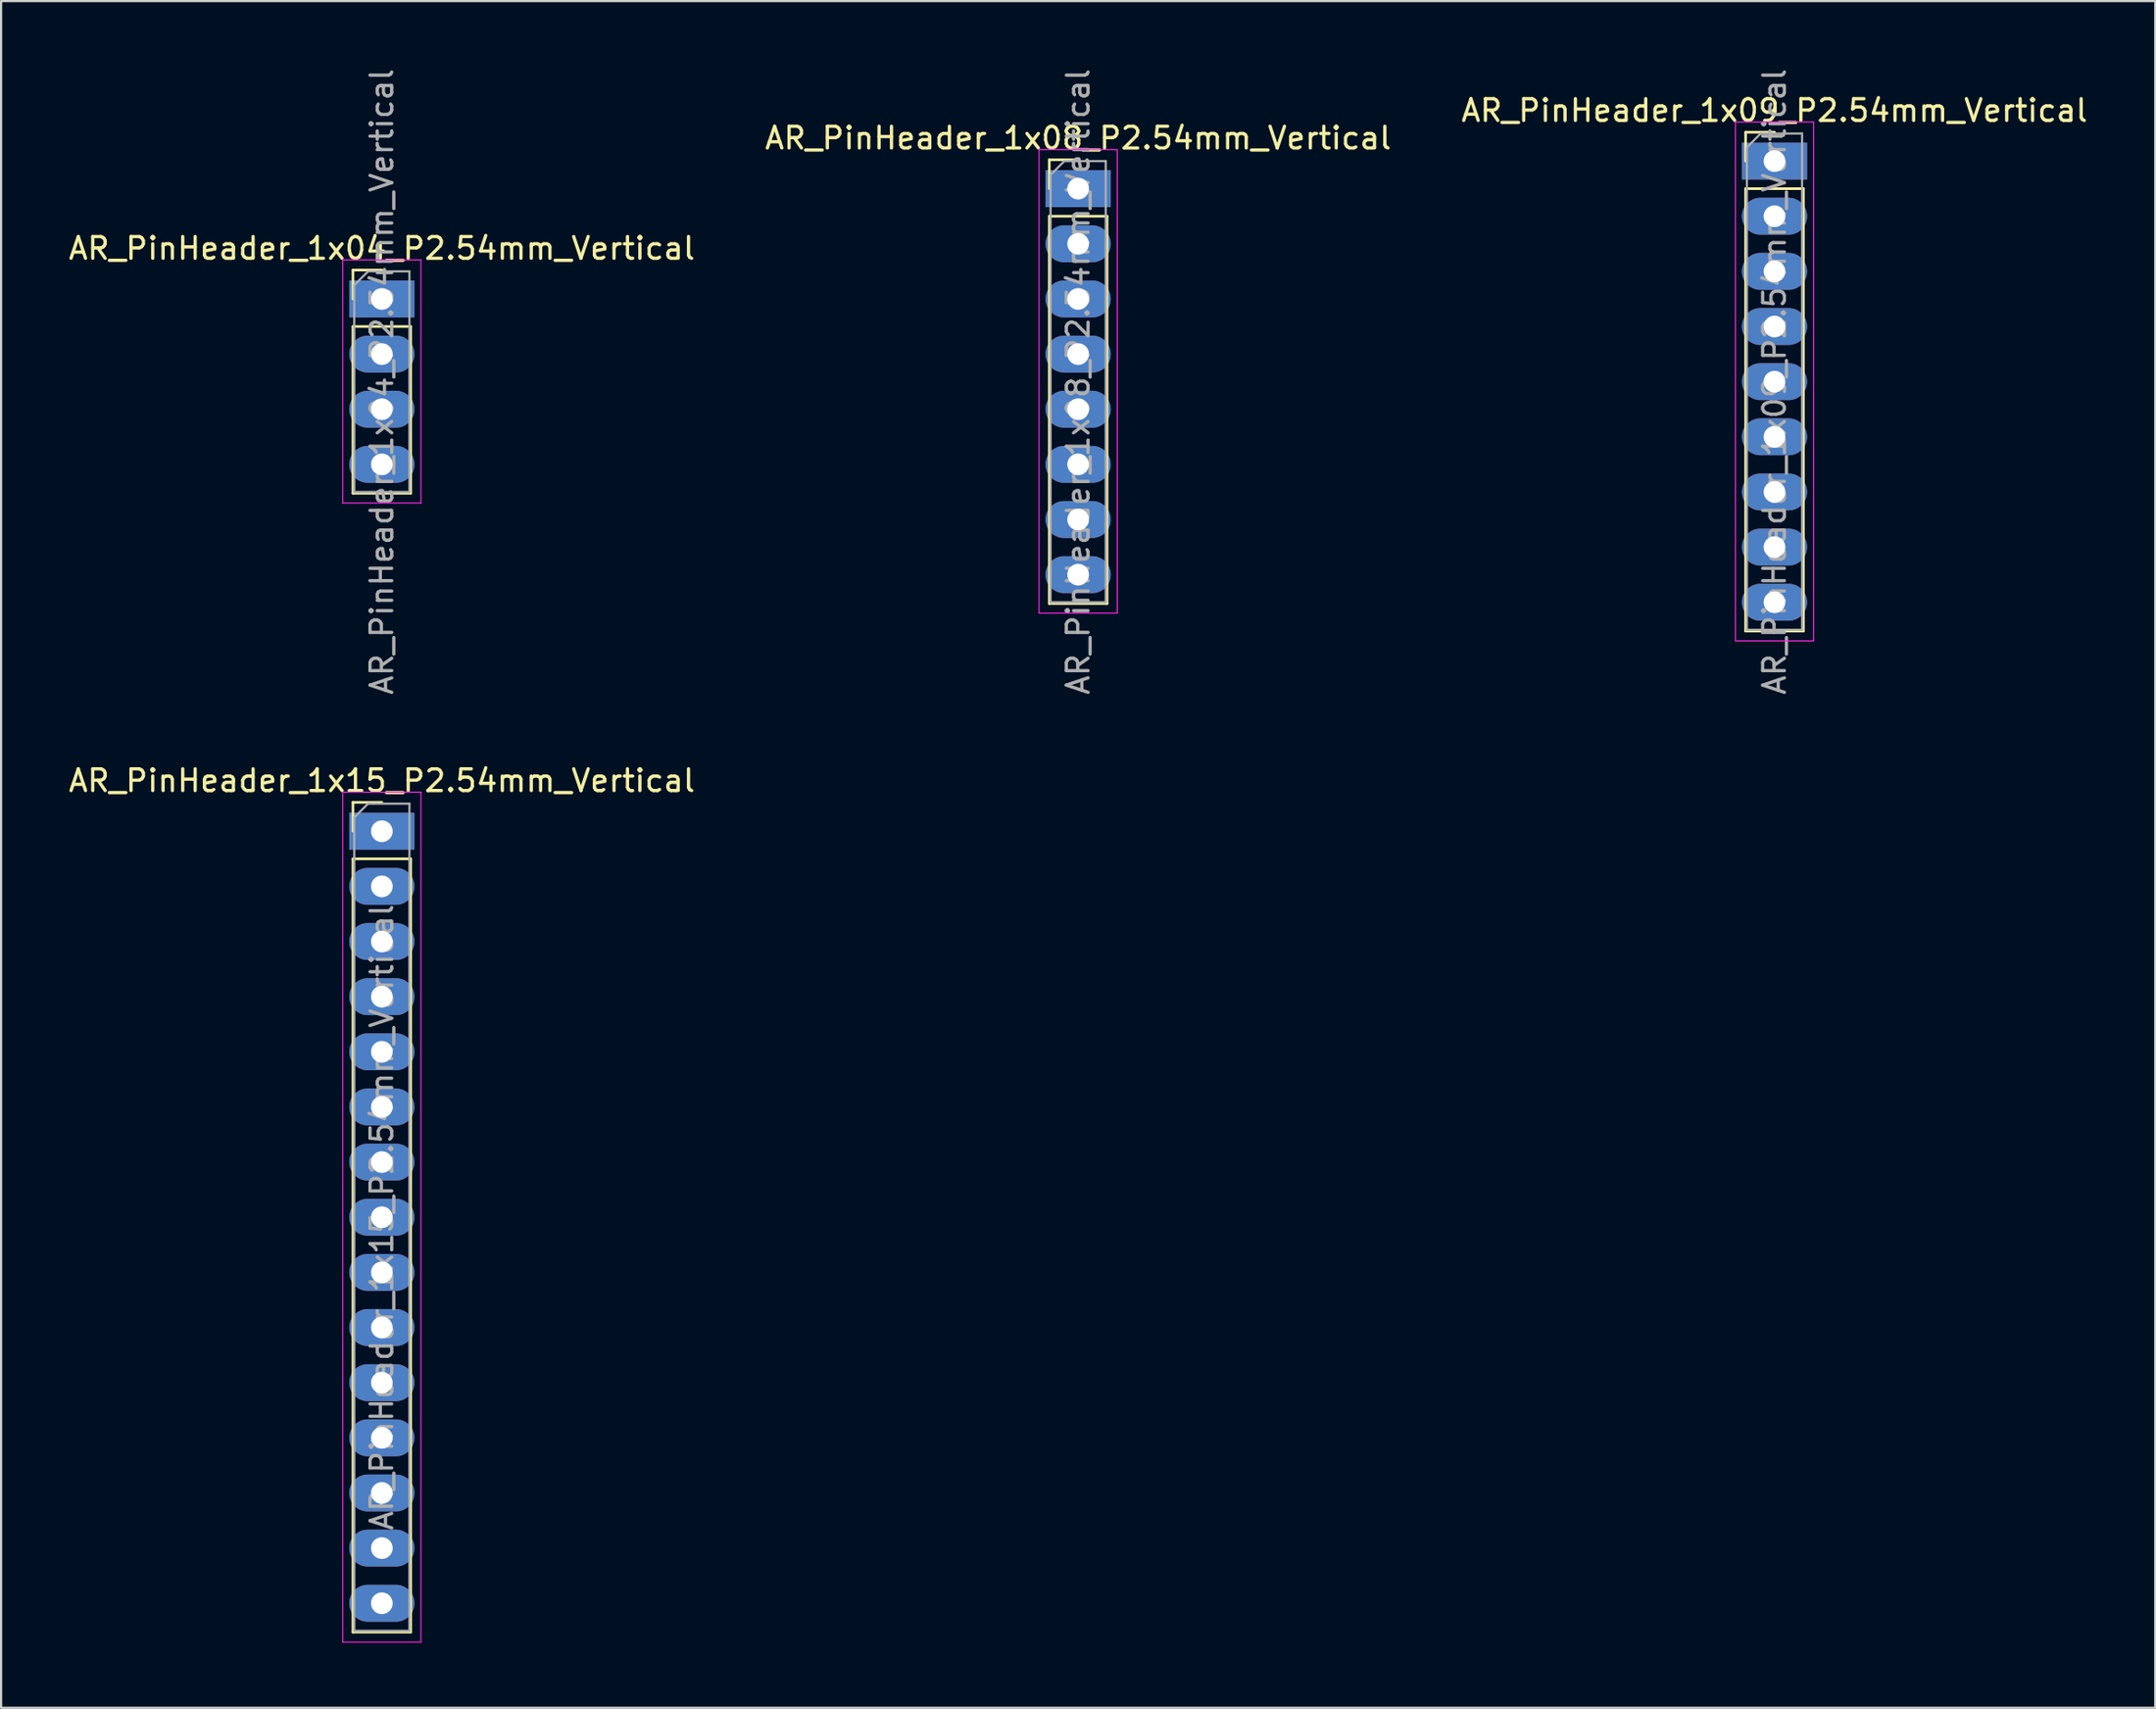
<source format=kicad_pcb>
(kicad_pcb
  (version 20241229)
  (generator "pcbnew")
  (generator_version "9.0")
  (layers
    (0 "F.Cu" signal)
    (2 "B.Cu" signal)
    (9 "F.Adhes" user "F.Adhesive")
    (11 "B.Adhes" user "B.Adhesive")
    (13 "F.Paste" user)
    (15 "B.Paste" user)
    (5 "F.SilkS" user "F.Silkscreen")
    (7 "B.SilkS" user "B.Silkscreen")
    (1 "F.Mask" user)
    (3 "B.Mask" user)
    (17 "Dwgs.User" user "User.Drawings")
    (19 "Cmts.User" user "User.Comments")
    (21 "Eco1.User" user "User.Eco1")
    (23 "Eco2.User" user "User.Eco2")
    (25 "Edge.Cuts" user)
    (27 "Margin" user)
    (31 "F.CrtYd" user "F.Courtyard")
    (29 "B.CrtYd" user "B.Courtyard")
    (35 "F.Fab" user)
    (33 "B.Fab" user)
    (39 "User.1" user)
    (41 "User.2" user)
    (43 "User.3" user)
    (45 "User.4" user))
  (footprint "AR_PinHeader_1x15_P2.54mm_Vertical"
    (layer "F.Cu")
    (at 14.53 35.238)
    (property "Reference" "AR_PinHeader_1x15_P2.54mm_Vertical" (at 0 -2.33 0) (layer "F.SilkS") (effects (font (size 1 1) (thickness 0.15))))
    (attr through_hole)
    (fp_line (start -1.33 -1.33) (end 0 -1.33) (stroke (width 0.12) (type solid)) (layer "F.SilkS"))
    (fp_line (start -1.33 0) (end -1.33 -1.33) (stroke (width 0.12) (type solid)) (layer "F.SilkS"))
    (fp_line (start -1.33 1.27) (end -1.33 36.89) (stroke (width 0.12) (type solid)) (layer "F.SilkS"))
    (fp_line (start -1.33 1.27) (end 1.33 1.27) (stroke (width 0.12) (type solid)) (layer "F.SilkS"))
    (fp_line (start -1.33 36.89) (end 1.33 36.89) (stroke (width 0.12) (type solid)) (layer "F.SilkS"))
    (fp_line (start 1.33 1.27) (end 1.33 36.89) (stroke (width 0.12) (type solid)) (layer "F.SilkS"))
    (fp_line (start -1.8 -1.8) (end -1.8 37.35) (stroke (width 0.05) (type solid)) (layer "F.CrtYd"))
    (fp_line (start -1.8 37.35) (end 1.8 37.35) (stroke (width 0.05) (type solid)) (layer "F.CrtYd"))
    (fp_line (start 1.8 -1.8) (end -1.8 -1.8) (stroke (width 0.05) (type solid)) (layer "F.CrtYd"))
    (fp_line (start 1.8 37.35) (end 1.8 -1.8) (stroke (width 0.05) (type solid)) (layer "F.CrtYd"))
    (fp_line (start -1.27 -0.635) (end -0.635 -1.27) (stroke (width 0.1) (type solid)) (layer "F.Fab"))
    (fp_line (start -1.27 36.83) (end -1.27 -0.635) (stroke (width 0.1) (type solid)) (layer "F.Fab"))
    (fp_line (start -0.635 -1.27) (end 1.27 -1.27) (stroke (width 0.1) (type solid)) (layer "F.Fab"))
    (fp_line (start 1.27 -1.27) (end 1.27 36.83) (stroke (width 0.1) (type solid)) (layer "F.Fab"))
    (fp_line (start 1.27 36.83) (end -1.27 36.83) (stroke (width 0.1) (type solid)) (layer "F.Fab"))
    (fp_text user "${REFERENCE}" (at 0 17.78 90) (layer "F.Fab") (effects (font (size 1 1) (thickness 0.15))))
    (pad "1" thru_hole rect (at 0 0) (size 3 1.7) (drill 1) (layers "*.Cu" "*.Mask"))
    (pad "2" thru_hole oval (at 0 2.54) (size 3 1.7) (drill 1) (layers "*.Cu" "*.Mask"))
    (pad "3" thru_hole oval (at 0 5.08) (size 3 1.7) (drill 1) (layers "*.Cu" "*.Mask"))
    (pad "4" thru_hole oval (at 0 7.62) (size 3 1.7) (drill 1) (layers "*.Cu" "*.Mask"))
    (pad "5" thru_hole oval (at 0 10.16) (size 3 1.7) (drill 1) (layers "*.Cu" "*.Mask"))
    (pad "6" thru_hole oval (at 0 12.7) (size 3 1.7) (drill 1) (layers "*.Cu" "*.Mask"))
    (pad "7" thru_hole oval (at 0 15.24) (size 3 1.7) (drill 1) (layers "*.Cu" "*.Mask"))
    (pad "8" thru_hole oval (at 0 17.78) (size 3 1.7) (drill 1) (layers "*.Cu" "*.Mask"))
    (pad "9" thru_hole oval (at 0 20.32) (size 3 1.7) (drill 1) (layers "*.Cu" "*.Mask"))
    (pad "10" thru_hole oval (at 0 22.86) (size 3 1.7) (drill 1) (layers "*.Cu" "*.Mask"))
    (pad "11" thru_hole oval (at 0 25.4) (size 3 1.7) (drill 1) (layers "*.Cu" "*.Mask"))
    (pad "12" thru_hole oval (at 0 27.94) (size 3 1.7) (drill 1) (layers "*.Cu" "*.Mask"))
    (pad "13" thru_hole oval (at 0 30.48) (size 3 1.7) (drill 1) (layers "*.Cu" "*.Mask"))
    (pad "14" thru_hole oval (at 0 33.02) (size 3 1.7) (drill 1) (layers "*.Cu" "*.Mask"))
    (pad "15" thru_hole oval (at 0 35.56) (size 3 1.7) (drill 1) (layers "*.Cu" "*.Mask")))
  (footprint "AR_PinHeader_1x09_P2.54mm_Vertical"
    (layer "F.Cu")
    (at 78.649 4.37)
    (property "Reference" "AR_PinHeader_1x09_P2.54mm_Vertical" (at 0 -2.33 0) (layer "F.SilkS") (effects (font (size 1 1) (thickness 0.15))))
    (attr through_hole)
    (fp_line (start -1.33 -1.33) (end 0 -1.33) (stroke (width 0.12) (type solid)) (layer "F.SilkS"))
    (fp_line (start -1.33 0) (end -1.33 -1.33) (stroke (width 0.12) (type solid)) (layer "F.SilkS"))
    (fp_line (start -1.33 1.27) (end -1.33 21.65) (stroke (width 0.12) (type solid)) (layer "F.SilkS"))
    (fp_line (start -1.33 1.27) (end 1.33 1.27) (stroke (width 0.12) (type solid)) (layer "F.SilkS"))
    (fp_line (start -1.33 21.65) (end 1.33 21.65) (stroke (width 0.12) (type solid)) (layer "F.SilkS"))
    (fp_line (start 1.33 1.27) (end 1.33 21.65) (stroke (width 0.12) (type solid)) (layer "F.SilkS"))
    (fp_line (start -1.8 -1.8) (end -1.8 22.1) (stroke (width 0.05) (type solid)) (layer "F.CrtYd"))
    (fp_line (start -1.8 22.1) (end 1.8 22.1) (stroke (width 0.05) (type solid)) (layer "F.CrtYd"))
    (fp_line (start 1.8 -1.8) (end -1.8 -1.8) (stroke (width 0.05) (type solid)) (layer "F.CrtYd"))
    (fp_line (start 1.8 22.1) (end 1.8 -1.8) (stroke (width 0.05) (type solid)) (layer "F.CrtYd"))
    (fp_line (start -1.27 -0.635) (end -0.635 -1.27) (stroke (width 0.1) (type solid)) (layer "F.Fab"))
    (fp_line (start -1.27 21.59) (end -1.27 -0.635) (stroke (width 0.1) (type solid)) (layer "F.Fab"))
    (fp_line (start -0.635 -1.27) (end 1.27 -1.27) (stroke (width 0.1) (type solid)) (layer "F.Fab"))
    (fp_line (start 1.27 -1.27) (end 1.27 21.59) (stroke (width 0.1) (type solid)) (layer "F.Fab"))
    (fp_line (start 1.27 21.59) (end -1.27 21.59) (stroke (width 0.1) (type solid)) (layer "F.Fab"))
    (fp_text user "${REFERENCE}" (at 0 10.16 90) (layer "F.Fab") (effects (font (size 1 1) (thickness 0.15))))
    (pad "1" thru_hole rect (at 0 0) (size 3 1.7) (drill 1) (layers "*.Cu" "*.Mask"))
    (pad "2" thru_hole oval (at 0 2.54) (size 3 1.7) (drill 1) (layers "*.Cu" "*.Mask"))
    (pad "3" thru_hole oval (at 0 5.08) (size 3 1.7) (drill 1) (layers "*.Cu" "*.Mask"))
    (pad "4" thru_hole oval (at 0 7.62) (size 3 1.7) (drill 1) (layers "*.Cu" "*.Mask"))
    (pad "5" thru_hole oval (at 0 10.16) (size 3 1.7) (drill 1) (layers "*.Cu" "*.Mask"))
    (pad "6" thru_hole oval (at 0 12.7) (size 3 1.7) (drill 1) (layers "*.Cu" "*.Mask"))
    (pad "7" thru_hole oval (at 0 15.24) (size 3 1.7) (drill 1) (layers "*.Cu" "*.Mask"))
    (pad "8" thru_hole oval (at 0 17.78) (size 3 1.7) (drill 1) (layers "*.Cu" "*.Mask"))
    (pad "9" thru_hole oval (at 0 20.32) (size 3 1.7) (drill 1) (layers "*.Cu" "*.Mask")))
  (footprint "AR_PinHeader_1x08_P2.54mm_Vertical"
    (layer "F.Cu")
    (at 46.589 5.64)
    (property "Reference" "AR_PinHeader_1x08_P2.54mm_Vertical" (at 0 -2.33 0) (layer "F.SilkS") (effects (font (size 1 1) (thickness 0.15))))
    (attr through_hole)
    (fp_line (start -1.33 -1.33) (end 0 -1.33) (stroke (width 0.12) (type solid)) (layer "F.SilkS"))
    (fp_line (start -1.33 0) (end -1.33 -1.33) (stroke (width 0.12) (type solid)) (layer "F.SilkS"))
    (fp_line (start -1.33 1.27) (end -1.33 19.11) (stroke (width 0.12) (type solid)) (layer "F.SilkS"))
    (fp_line (start -1.33 1.27) (end 1.33 1.27) (stroke (width 0.12) (type solid)) (layer "F.SilkS"))
    (fp_line (start -1.33 19.11) (end 1.33 19.11) (stroke (width 0.12) (type solid)) (layer "F.SilkS"))
    (fp_line (start 1.33 1.27) (end 1.33 19.11) (stroke (width 0.12) (type solid)) (layer "F.SilkS"))
    (fp_line (start -1.8 -1.8) (end -1.8 19.55) (stroke (width 0.05) (type solid)) (layer "F.CrtYd"))
    (fp_line (start -1.8 19.55) (end 1.8 19.55) (stroke (width 0.05) (type solid)) (layer "F.CrtYd"))
    (fp_line (start 1.8 -1.8) (end -1.8 -1.8) (stroke (width 0.05) (type solid)) (layer "F.CrtYd"))
    (fp_line (start 1.8 19.55) (end 1.8 -1.8) (stroke (width 0.05) (type solid)) (layer "F.CrtYd"))
    (fp_line (start -1.27 -0.635) (end -0.635 -1.27) (stroke (width 0.1) (type solid)) (layer "F.Fab"))
    (fp_line (start -1.27 19.05) (end -1.27 -0.635) (stroke (width 0.1) (type solid)) (layer "F.Fab"))
    (fp_line (start -0.635 -1.27) (end 1.27 -1.27) (stroke (width 0.1) (type solid)) (layer "F.Fab"))
    (fp_line (start 1.27 -1.27) (end 1.27 19.05) (stroke (width 0.1) (type solid)) (layer "F.Fab"))
    (fp_line (start 1.27 19.05) (end -1.27 19.05) (stroke (width 0.1) (type solid)) (layer "F.Fab"))
    (fp_text user "${REFERENCE}" (at 0 8.89 90) (layer "F.Fab") (effects (font (size 1 1) (thickness 0.15))))
    (pad "1" thru_hole rect (at 0 0) (size 3 1.7) (drill 1) (layers "*.Cu" "*.Mask"))
    (pad "2" thru_hole oval (at 0 2.54) (size 3 1.7) (drill 1) (layers "*.Cu" "*.Mask"))
    (pad "3" thru_hole oval (at 0 5.08) (size 3 1.7) (drill 1) (layers "*.Cu" "*.Mask"))
    (pad "4" thru_hole oval (at 0 7.62) (size 3 1.7) (drill 1) (layers "*.Cu" "*.Mask"))
    (pad "5" thru_hole oval (at 0 10.16) (size 3 1.7) (drill 1) (layers "*.Cu" "*.Mask"))
    (pad "6" thru_hole oval (at 0 12.7) (size 3 1.7) (drill 1) (layers "*.Cu" "*.Mask"))
    (pad "7" thru_hole oval (at 0 15.24) (size 3 1.7) (drill 1) (layers "*.Cu" "*.Mask"))
    (pad "8" thru_hole oval (at 0 17.78) (size 3 1.7) (drill 1) (layers "*.Cu" "*.Mask")))
  (footprint "AR_PinHeader_1x04_P2.54mm_Vertical"
    (layer "F.Cu")
    (at 14.53 10.72)
    (property "Reference" "AR_PinHeader_1x04_P2.54mm_Vertical" (at 0 -2.33 0) (layer "F.SilkS") (effects (font (size 1 1) (thickness 0.15))))
    (attr through_hole)
    (fp_line (start -1.33 -1.33) (end 0 -1.33) (stroke (width 0.12) (type solid)) (layer "F.SilkS"))
    (fp_line (start -1.33 0) (end -1.33 -1.33) (stroke (width 0.12) (type solid)) (layer "F.SilkS"))
    (fp_line (start -1.33 1.27) (end -1.33 8.95) (stroke (width 0.12) (type solid)) (layer "F.SilkS"))
    (fp_line (start -1.33 1.27) (end 1.33 1.27) (stroke (width 0.12) (type solid)) (layer "F.SilkS"))
    (fp_line (start -1.33 8.95) (end 1.33 8.95) (stroke (width 0.12) (type solid)) (layer "F.SilkS"))
    (fp_line (start 1.33 1.27) (end 1.33 8.95) (stroke (width 0.12) (type solid)) (layer "F.SilkS"))
    (fp_line (start -1.8 -1.8) (end -1.8 9.4) (stroke (width 0.05) (type solid)) (layer "F.CrtYd"))
    (fp_line (start -1.8 9.4) (end 1.8 9.4) (stroke (width 0.05) (type solid)) (layer "F.CrtYd"))
    (fp_line (start 1.8 -1.8) (end -1.8 -1.8) (stroke (width 0.05) (type solid)) (layer "F.CrtYd"))
    (fp_line (start 1.8 9.4) (end 1.8 -1.8) (stroke (width 0.05) (type solid)) (layer "F.CrtYd"))
    (fp_line (start -1.27 -0.635) (end -0.635 -1.27) (stroke (width 0.1) (type solid)) (layer "F.Fab"))
    (fp_line (start -1.27 8.89) (end -1.27 -0.635) (stroke (width 0.1) (type solid)) (layer "F.Fab"))
    (fp_line (start -0.635 -1.27) (end 1.27 -1.27) (stroke (width 0.1) (type solid)) (layer "F.Fab"))
    (fp_line (start 1.27 -1.27) (end 1.27 8.89) (stroke (width 0.1) (type solid)) (layer "F.Fab"))
    (fp_line (start 1.27 8.89) (end -1.27 8.89) (stroke (width 0.1) (type solid)) (layer "F.Fab"))
    (fp_text user "${REFERENCE}" (at 0 3.81 90) (layer "F.Fab") (effects (font (size 1 1) (thickness 0.15))))
    (pad "1" thru_hole rect (at 0 0) (size 3 1.7) (drill 1) (layers "*.Cu" "*.Mask"))
    (pad "2" thru_hole oval (at 0 2.54) (size 3 1.7) (drill 1) (layers "*.Cu" "*.Mask"))
    (pad "3" thru_hole oval (at 0 5.08) (size 3 1.7) (drill 1) (layers "*.Cu" "*.Mask"))
    (pad "4" thru_hole oval (at 0 7.62) (size 3 1.7) (drill 1) (layers "*.Cu" "*.Mask")))
  (gr_rect
    (start -3 -3)
    (end 96.179 75.613)
    (stroke (width 0.1) (type default))
    (fill no)
    (layer "Edge.Cuts")))
</source>
